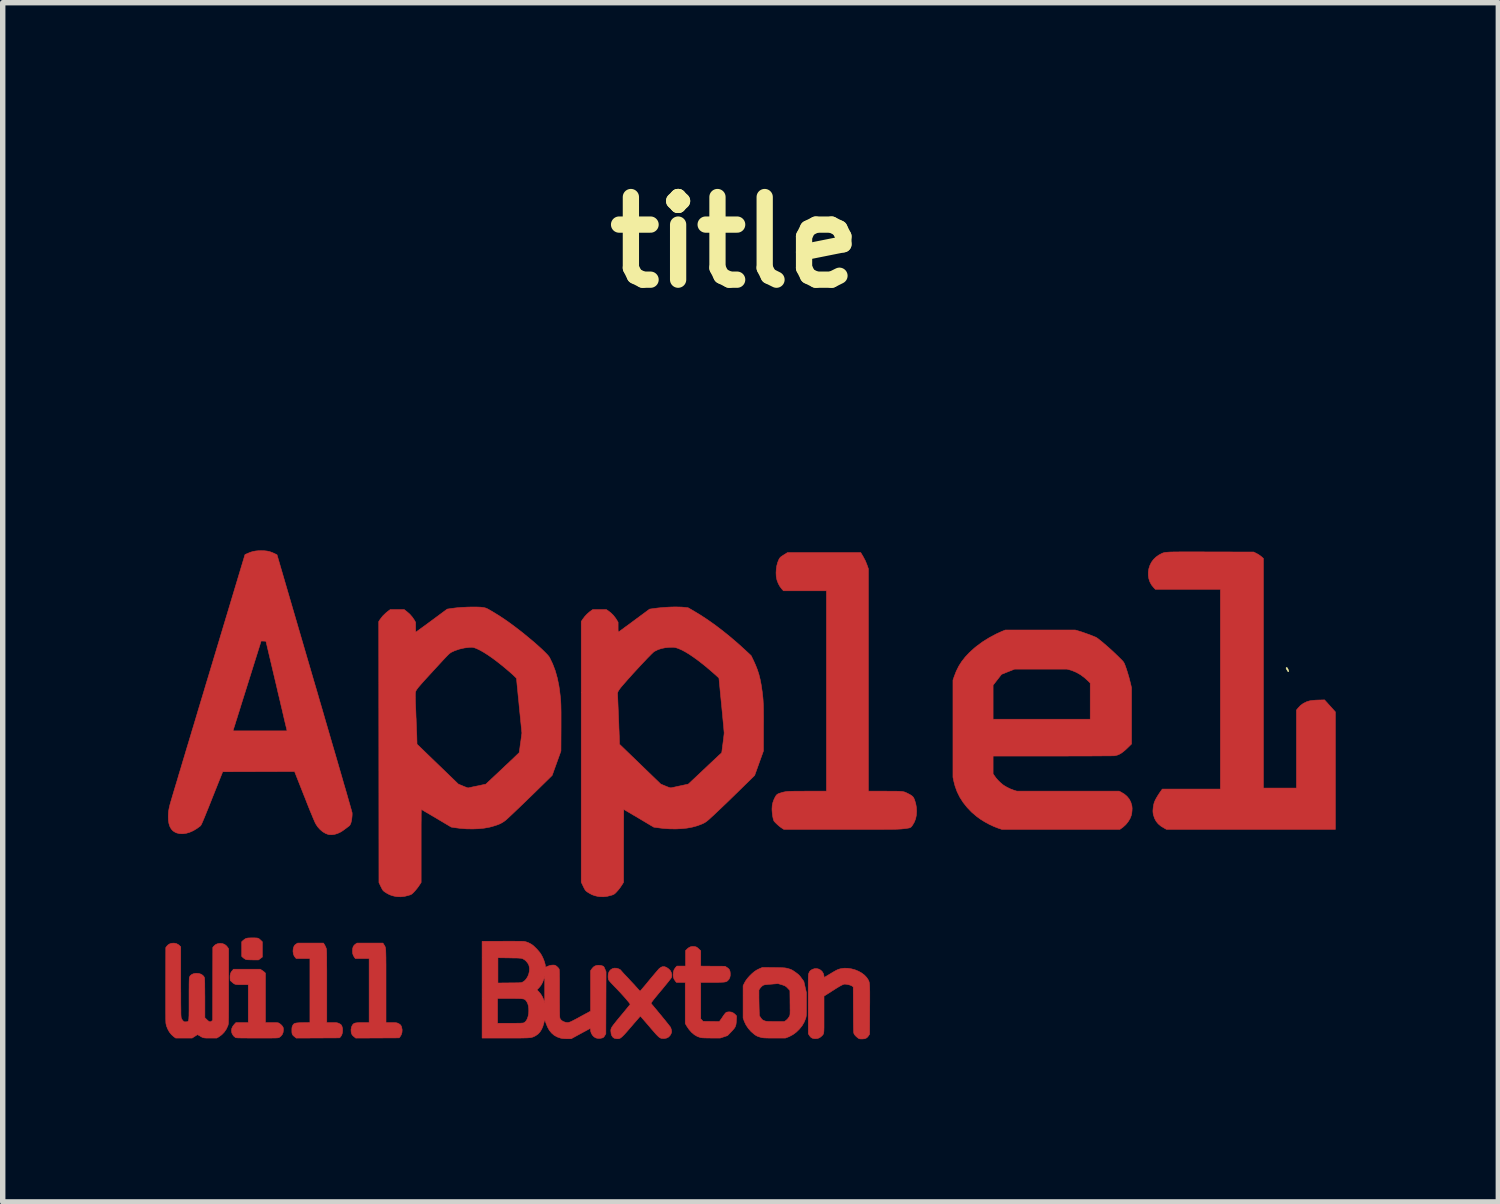
<source format=kicad_pcb>
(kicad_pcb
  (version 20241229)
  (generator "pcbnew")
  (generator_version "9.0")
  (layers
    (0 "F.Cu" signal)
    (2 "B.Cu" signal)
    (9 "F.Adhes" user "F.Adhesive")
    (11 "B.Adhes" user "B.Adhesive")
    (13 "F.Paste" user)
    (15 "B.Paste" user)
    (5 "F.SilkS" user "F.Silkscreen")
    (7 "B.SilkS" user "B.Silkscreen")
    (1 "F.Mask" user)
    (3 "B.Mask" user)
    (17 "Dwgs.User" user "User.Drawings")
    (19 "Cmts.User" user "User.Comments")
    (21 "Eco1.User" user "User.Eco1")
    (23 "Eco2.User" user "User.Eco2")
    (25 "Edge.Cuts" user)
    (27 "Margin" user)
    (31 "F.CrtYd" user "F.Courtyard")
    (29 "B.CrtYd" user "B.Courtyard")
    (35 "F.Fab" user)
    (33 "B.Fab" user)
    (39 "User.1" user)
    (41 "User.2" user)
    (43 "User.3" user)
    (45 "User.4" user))
  (footprint "title"
    (layer "F.Cu")
    (at 10.583 11.857)
    (property "Reference" "title" (at -0.076 -10.439 0) (layer "F.SilkS") (effects (font (size 1.524 1.524) (thickness 0.3))))
    (attr through_hole)
    (fp_poly (pts (xy -8.938 2.388) (xy -8.909 2.389) (xy -8.888 2.391) (xy -8.871 2.396) (xy -8.857 2.403) (xy -8.843 2.415) (xy -8.825 2.431) (xy -8.822 2.434) (xy -8.795 2.46) (xy -8.795 2.741) (xy -8.866 2.794) (xy -8.975 2.794) (xy -9.022 2.793) (xy -9.057 2.792) (xy -9.083 2.79) (xy -9.099 2.786) (xy -9.104 2.785) (xy -9.12 2.775) (xy -9.14 2.761) (xy -9.15 2.753) (xy -9.176 2.729) (xy -9.176 2.459) (xy -9.151 2.436) (xy -9.13 2.419) (xy -9.112 2.406) (xy -9.093 2.397) (xy -9.071 2.392) (xy -9.043 2.389) (xy -9.006 2.388) (xy -8.977 2.388) (xy -8.938 2.388)) (stroke (width 0.01) (type solid)) (fill yes) (layer "F.Cu"))
    (fp_poly (pts (xy -6.555 2.51) (xy -6.549 2.519) (xy -6.543 2.528) (xy -6.539 2.536) (xy -6.534 2.544) (xy -6.53 2.554) (xy -6.527 2.565) (xy -6.524 2.579) (xy -6.522 2.597) (xy -6.52 2.618) (xy -6.519 2.644) (xy -6.518 2.676) (xy -6.517 2.714) (xy -6.516 2.76) (xy -6.516 2.813) (xy -6.515 2.874) (xy -6.515 2.946) (xy -6.515 3.027) (xy -6.515 3.119) (xy -6.515 3.223) (xy -6.515 3.273) (xy -6.515 3.95) (xy -6.418 3.95) (xy -6.38 3.95) (xy -6.352 3.951) (xy -6.332 3.952) (xy -6.317 3.955) (xy -6.303 3.959) (xy -6.29 3.965) (xy -6.29 3.965) (xy -6.264 3.979) (xy -6.247 3.994) (xy -6.234 4.014) (xy -6.226 4.037) (xy -6.217 4.084) (xy -6.22 4.13) (xy -6.234 4.175) (xy -6.257 4.213) (xy -6.273 4.232) (xy -6.672 4.234) (xy -7.072 4.236) (xy -7.099 4.215) (xy -7.125 4.193) (xy -7.142 4.172) (xy -7.152 4.147) (xy -7.157 4.128) (xy -7.16 4.08) (xy -7.152 4.035) (xy -7.139 4.004) (xy -7.128 3.987) (xy -7.117 3.975) (xy -7.102 3.965) (xy -7.082 3.958) (xy -7.055 3.954) (xy -7.021 3.951) (xy -6.976 3.95) (xy -6.942 3.95) (xy -6.826 3.95) (xy -6.826 2.769) (xy -7.08 2.769) (xy -7.096 2.748) (xy -7.116 2.715) (xy -7.129 2.68) (xy -7.133 2.64) (xy -7.133 2.629) (xy -7.13 2.585) (xy -7.12 2.55) (xy -7.101 2.522) (xy -7.078 2.503) (xy -7.049 2.483) (xy -6.572 2.483) (xy -6.555 2.51)) (stroke (width 0.01) (type solid)) (fill yes) (layer "F.Cu"))
    (fp_poly (pts (xy -8.804 2.985) (xy -8.783 2.999) (xy -8.764 3.014) (xy -8.755 3.021) (xy -8.738 3.038) (xy -8.738 3.95) (xy -8.622 3.95) (xy -8.581 3.95) (xy -8.551 3.95) (xy -8.529 3.951) (xy -8.513 3.953) (xy -8.501 3.955) (xy -8.491 3.959) (xy -8.481 3.965) (xy -8.48 3.966) (xy -8.459 3.981) (xy -8.439 4) (xy -8.43 4.011) (xy -8.418 4.028) (xy -8.411 4.042) (xy -8.408 4.059) (xy -8.407 4.083) (xy -8.407 4.084) (xy -8.412 4.13) (xy -8.428 4.169) (xy -8.454 4.201) (xy -8.485 4.225) (xy -8.489 4.227) (xy -8.496 4.229) (xy -8.505 4.23) (xy -8.517 4.232) (xy -8.535 4.233) (xy -8.558 4.234) (xy -8.588 4.234) (xy -8.626 4.235) (xy -8.672 4.235) (xy -8.728 4.235) (xy -8.794 4.235) (xy -8.872 4.235) (xy -8.888 4.235) (xy -8.979 4.235) (xy -9.057 4.235) (xy -9.123 4.234) (xy -9.177 4.234) (xy -9.22 4.233) (xy -9.252 4.232) (xy -9.274 4.23) (xy -9.285 4.229) (xy -9.287 4.228) (xy -9.316 4.206) (xy -9.34 4.177) (xy -9.356 4.145) (xy -9.358 4.142) (xy -9.364 4.099) (xy -9.359 4.058) (xy -9.341 4.019) (xy -9.312 3.982) (xy -9.282 3.95) (xy -9.055 3.95) (xy -9.055 3.251) (xy -9.171 3.251) (xy -9.215 3.251) (xy -9.249 3.25) (xy -9.274 3.248) (xy -9.294 3.244) (xy -9.311 3.237) (xy -9.326 3.228) (xy -9.342 3.215) (xy -9.357 3.201) (xy -9.388 3.174) (xy -9.391 3.126) (xy -9.39 3.081) (xy -9.382 3.043) (xy -9.367 3.012) (xy -9.351 2.993) (xy -9.327 2.965) (xy -8.835 2.965) (xy -8.804 2.985)) (stroke (width 0.01) (type solid)) (fill yes) (layer "F.Cu"))
    (fp_poly (pts (xy -7.65 2.512) (xy -7.636 2.537) (xy -7.624 2.564) (xy -7.62 2.574) (xy -7.618 2.58) (xy -7.616 2.586) (xy -7.614 2.593) (xy -7.613 2.603) (xy -7.612 2.615) (xy -7.611 2.631) (xy -7.61 2.651) (xy -7.609 2.676) (xy -7.609 2.707) (xy -7.608 2.745) (xy -7.608 2.789) (xy -7.608 2.842) (xy -7.608 2.904) (xy -7.607 2.975) (xy -7.607 3.057) (xy -7.607 3.149) (xy -7.607 3.254) (xy -7.607 3.278) (xy -7.607 3.95) (xy -7.512 3.95) (xy -7.474 3.95) (xy -7.447 3.95) (xy -7.427 3.952) (xy -7.411 3.955) (xy -7.398 3.959) (xy -7.384 3.965) (xy -7.382 3.966) (xy -7.36 3.977) (xy -7.346 3.987) (xy -7.337 3.999) (xy -7.328 4.018) (xy -7.325 4.025) (xy -7.316 4.062) (xy -7.315 4.102) (xy -7.32 4.143) (xy -7.332 4.179) (xy -7.35 4.209) (xy -7.357 4.217) (xy -7.373 4.232) (xy -7.771 4.234) (xy -8.169 4.236) (xy -8.196 4.215) (xy -8.22 4.195) (xy -8.236 4.178) (xy -8.245 4.159) (xy -8.25 4.136) (xy -8.251 4.105) (xy -8.251 4.096) (xy -8.251 4.066) (xy -8.249 4.044) (xy -8.246 4.027) (xy -8.239 4.011) (xy -8.237 4.006) (xy -8.228 3.99) (xy -8.217 3.977) (xy -8.205 3.968) (xy -8.187 3.962) (xy -8.164 3.957) (xy -8.133 3.954) (xy -8.092 3.952) (xy -8.044 3.951) (xy -7.918 3.949) (xy -7.918 2.769) (xy -8.17 2.769) (xy -8.187 2.751) (xy -8.21 2.718) (xy -8.224 2.678) (xy -8.23 2.634) (xy -8.226 2.589) (xy -8.217 2.557) (xy -8.206 2.533) (xy -8.193 2.517) (xy -8.173 2.502) (xy -8.143 2.483) (xy -7.668 2.483) (xy -7.65 2.512)) (stroke (width 0.01) (type solid)) (fill yes) (layer "F.Cu"))
    (fp_poly (pts (xy 8.346 -4.73) (xy 8.441 -4.73) (xy 8.546 -4.73) (xy 8.663 -4.729) (xy 8.688 -4.729) (xy 9.485 -4.728) (xy 9.538 -4.701) (xy 9.568 -4.685) (xy 9.598 -4.665) (xy 9.623 -4.646) (xy 9.628 -4.642) (xy 9.665 -4.609) (xy 9.665 -0.375) (xy 10.274 -0.375) (xy 10.274 -1.094) (xy 10.274 -1.813) (xy 10.303 -1.849) (xy 10.35 -1.899) (xy 10.404 -1.938) (xy 10.466 -1.968) (xy 10.522 -1.984) (xy 10.548 -1.988) (xy 10.584 -1.992) (xy 10.627 -1.996) (xy 10.673 -1.998) (xy 10.681 -1.998) (xy 10.792 -2.001) (xy 10.892 -1.89) (xy 10.992 -1.779) (xy 10.992 0.387) (xy 9.435 0.387) (xy 7.877 0.387) (xy 7.837 0.365) (xy 7.776 0.328) (xy 7.726 0.286) (xy 7.688 0.24) (xy 7.659 0.187) (xy 7.639 0.128) (xy 7.634 0.11) (xy 7.63 0.083) (xy 7.628 0.06) (xy 7.628 0.034) (xy 7.631 0.003) (xy 7.631 -0.004) (xy 7.636 -0.037) (xy 7.642 -0.071) (xy 7.649 -0.099) (xy 7.652 -0.109) (xy 7.666 -0.143) (xy 7.687 -0.184) (xy 7.714 -0.23) (xy 7.744 -0.277) (xy 7.764 -0.306) (xy 7.8 -0.356) (xy 8.871 -0.356) (xy 8.871 -4.039) (xy 7.673 -4.039) (xy 7.644 -4.069) (xy 7.602 -4.12) (xy 7.572 -4.175) (xy 7.552 -4.235) (xy 7.542 -4.296) (xy 7.542 -4.359) (xy 7.552 -4.42) (xy 7.571 -4.48) (xy 7.599 -4.537) (xy 7.637 -4.589) (xy 7.683 -4.634) (xy 7.738 -4.673) (xy 7.761 -4.685) (xy 7.774 -4.692) (xy 7.785 -4.698) (xy 7.796 -4.703) (xy 7.807 -4.708) (xy 7.818 -4.712) (xy 7.831 -4.715) (xy 7.846 -4.719) (xy 7.863 -4.721) (xy 7.884 -4.723) (xy 7.91 -4.725) (xy 7.94 -4.727) (xy 7.975 -4.728) (xy 8.018 -4.729) (xy 8.066 -4.729) (xy 8.123 -4.73) (xy 8.188 -4.73) (xy 8.262 -4.73) (xy 8.346 -4.73)) (stroke (width 0.01) (type solid)) (fill yes) (layer "F.Cu"))
    (fp_poly (pts (xy -0.819 2.549) (xy -0.81 2.551) (xy -0.793 2.556) (xy -0.775 2.567) (xy -0.753 2.586) (xy -0.748 2.591) (xy -0.711 2.626) (xy -0.711 2.908) (xy -0.487 2.91) (xy -0.264 2.911) (xy -0.234 2.929) (xy -0.203 2.951) (xy -0.182 2.975) (xy -0.171 3.005) (xy -0.167 3.037) (xy -0.167 3.083) (xy -0.175 3.12) (xy -0.19 3.15) (xy -0.198 3.16) (xy -0.209 3.171) (xy -0.219 3.181) (xy -0.229 3.189) (xy -0.242 3.195) (xy -0.257 3.199) (xy -0.278 3.203) (xy -0.305 3.205) (xy -0.339 3.206) (xy -0.381 3.207) (xy -0.434 3.207) (xy -0.489 3.207) (xy -0.711 3.207) (xy -0.711 3.88) (xy -0.689 3.904) (xy -0.668 3.927) (xy -0.519 3.929) (xy -0.369 3.931) (xy -0.351 3.908) (xy -0.34 3.892) (xy -0.324 3.87) (xy -0.307 3.844) (xy -0.295 3.826) (xy -0.276 3.8) (xy -0.259 3.778) (xy -0.244 3.764) (xy -0.239 3.76) (xy -0.223 3.756) (xy -0.2 3.753) (xy -0.184 3.752) (xy -0.147 3.756) (xy -0.114 3.77) (xy -0.082 3.794) (xy -0.074 3.802) (xy -0.05 3.828) (xy -0.054 3.912) (xy -0.057 3.952) (xy -0.061 3.984) (xy -0.068 4.01) (xy -0.079 4.035) (xy -0.095 4.059) (xy -0.118 4.086) (xy -0.148 4.119) (xy -0.154 4.125) (xy -0.217 4.19) (xy -0.285 4.213) (xy -0.352 4.235) (xy -0.518 4.235) (xy -0.583 4.234) (xy -0.636 4.233) (xy -0.677 4.231) (xy -0.705 4.228) (xy -0.716 4.226) (xy -0.773 4.206) (xy -0.828 4.174) (xy -0.879 4.131) (xy -0.926 4.078) (xy -0.964 4.023) (xy -0.997 3.966) (xy -0.997 3.207) (xy -1.161 3.207) (xy -1.178 3.186) (xy -1.204 3.147) (xy -1.218 3.104) (xy -1.221 3.068) (xy -1.216 3.017) (xy -1.202 2.973) (xy -1.177 2.936) (xy -1.175 2.934) (xy -1.151 2.908) (xy -0.991 2.908) (xy -0.991 2.622) (xy -0.96 2.591) (xy -0.93 2.567) (xy -0.898 2.552) (xy -0.862 2.546) (xy -0.819 2.549)) (stroke (width 0.01) (type solid)) (fill yes) (layer "F.Cu"))
    (fp_poly (pts (xy 2.283 -4.644) (xy 2.324 -4.567) (xy 2.354 -4.493) (xy 2.381 -4.417) (xy 2.381 -0.318) (xy 2.688 -0.318) (xy 2.762 -0.317) (xy 2.824 -0.317) (xy 2.876 -0.317) (xy 2.919 -0.316) (xy 2.954 -0.315) (xy 2.983 -0.313) (xy 3.007 -0.311) (xy 3.027 -0.307) (xy 3.045 -0.303) (xy 3.061 -0.297) (xy 3.077 -0.29) (xy 3.095 -0.281) (xy 3.111 -0.273) (xy 3.148 -0.254) (xy 3.175 -0.237) (xy 3.195 -0.221) (xy 3.21 -0.204) (xy 3.221 -0.183) (xy 3.231 -0.161) (xy 3.253 -0.09) (xy 3.266 -0.018) (xy 3.27 0.054) (xy 3.265 0.124) (xy 3.252 0.19) (xy 3.229 0.25) (xy 3.207 0.289) (xy 3.192 0.313) (xy 3.179 0.331) (xy 3.167 0.344) (xy 3.153 0.353) (xy 3.136 0.36) (xy 3.113 0.364) (xy 3.082 0.369) (xy 3.042 0.374) (xy 3.027 0.376) (xy 3.013 0.377) (xy 2.999 0.379) (xy 2.985 0.38) (xy 2.968 0.381) (xy 2.95 0.382) (xy 2.93 0.383) (xy 2.906 0.384) (xy 2.878 0.385) (xy 2.846 0.385) (xy 2.808 0.386) (xy 2.765 0.386) (xy 2.716 0.386) (xy 2.659 0.387) (xy 2.595 0.387) (xy 2.522 0.387) (xy 2.441 0.387) (xy 2.35 0.387) (xy 2.249 0.387) (xy 2.137 0.387) (xy 2.013 0.387) (xy 1.878 0.387) (xy 1.876 0.387) (xy 0.821 0.387) (xy 0.781 0.361) (xy 0.756 0.343) (xy 0.727 0.32) (xy 0.698 0.294) (xy 0.671 0.268) (xy 0.649 0.245) (xy 0.64 0.234) (xy 0.633 0.217) (xy 0.625 0.191) (xy 0.618 0.157) (xy 0.612 0.118) (xy 0.607 0.078) (xy 0.604 0.039) (xy 0.603 0.01) (xy 0.607 -0.052) (xy 0.619 -0.109) (xy 0.64 -0.166) (xy 0.656 -0.199) (xy 0.672 -0.228) (xy 0.687 -0.248) (xy 0.706 -0.263) (xy 0.73 -0.275) (xy 0.762 -0.285) (xy 0.784 -0.292) (xy 0.805 -0.298) (xy 0.824 -0.302) (xy 0.843 -0.306) (xy 0.864 -0.31) (xy 0.888 -0.312) (xy 0.916 -0.314) (xy 0.949 -0.315) (xy 0.988 -0.316) (xy 1.035 -0.317) (xy 1.091 -0.317) (xy 1.157 -0.317) (xy 1.234 -0.318) (xy 1.607 -0.318) (xy 1.607 -4.013) (xy 0.814 -4.013) (xy 0.783 -4.047) (xy 0.749 -4.092) (xy 0.72 -4.144) (xy 0.698 -4.2) (xy 0.692 -4.221) (xy 0.681 -4.28) (xy 0.678 -4.345) (xy 0.682 -4.412) (xy 0.692 -4.478) (xy 0.709 -4.539) (xy 0.731 -4.592) (xy 0.731 -4.592) (xy 0.741 -4.609) (xy 0.751 -4.623) (xy 0.762 -4.635) (xy 0.779 -4.647) (xy 0.802 -4.663) (xy 0.821 -4.675) (xy 0.89 -4.718) (xy 2.239 -4.718) (xy 2.283 -4.644)) (stroke (width 0.01) (type solid)) (fill yes) (layer "F.Cu"))
    (fp_poly (pts (xy 2.006 2.949) (xy 2.073 2.96) (xy 2.138 2.978) (xy 2.2 3.004) (xy 2.257 3.036) (xy 2.307 3.074) (xy 2.348 3.117) (xy 2.37 3.15) (xy 2.377 3.161) (xy 2.383 3.172) (xy 2.388 3.183) (xy 2.392 3.195) (xy 2.396 3.209) (xy 2.399 3.226) (xy 2.401 3.247) (xy 2.403 3.272) (xy 2.404 3.303) (xy 2.405 3.341) (xy 2.406 3.386) (xy 2.406 3.44) (xy 2.406 3.503) (xy 2.406 3.576) (xy 2.405 3.661) (xy 2.405 3.706) (xy 2.403 4.162) (xy 2.386 4.189) (xy 2.364 4.218) (xy 2.339 4.237) (xy 2.31 4.248) (xy 2.278 4.251) (xy 2.253 4.252) (xy 2.231 4.251) (xy 2.216 4.249) (xy 2.216 4.249) (xy 2.198 4.241) (xy 2.177 4.225) (xy 2.154 4.205) (xy 2.134 4.184) (xy 2.12 4.165) (xy 2.119 4.162) (xy 2.116 4.157) (xy 2.114 4.152) (xy 2.112 4.145) (xy 2.11 4.136) (xy 2.109 4.124) (xy 2.107 4.107) (xy 2.107 4.086) (xy 2.106 4.058) (xy 2.105 4.024) (xy 2.105 3.981) (xy 2.104 3.93) (xy 2.104 3.869) (xy 2.104 3.797) (xy 2.103 3.714) (xy 2.101 3.291) (xy 2.075 3.273) (xy 2.054 3.263) (xy 2.026 3.254) (xy 1.995 3.247) (xy 1.965 3.242) (xy 1.94 3.241) (xy 1.931 3.243) (xy 1.915 3.248) (xy 1.895 3.257) (xy 1.869 3.27) (xy 1.836 3.289) (xy 1.796 3.313) (xy 1.747 3.344) (xy 1.702 3.373) (xy 1.562 3.462) (xy 1.562 3.803) (xy 1.562 3.878) (xy 1.562 3.942) (xy 1.562 3.995) (xy 1.562 4.039) (xy 1.561 4.075) (xy 1.56 4.103) (xy 1.558 4.125) (xy 1.555 4.143) (xy 1.551 4.156) (xy 1.547 4.166) (xy 1.541 4.175) (xy 1.534 4.183) (xy 1.525 4.192) (xy 1.515 4.202) (xy 1.482 4.228) (xy 1.444 4.243) (xy 1.4 4.247) (xy 1.39 4.246) (xy 1.353 4.24) (xy 1.325 4.226) (xy 1.303 4.202) (xy 1.293 4.188) (xy 1.273 4.156) (xy 1.271 3.616) (xy 1.271 3.52) (xy 1.271 3.436) (xy 1.271 3.362) (xy 1.271 3.299) (xy 1.271 3.245) (xy 1.271 3.2) (xy 1.272 3.162) (xy 1.272 3.131) (xy 1.273 3.107) (xy 1.274 3.087) (xy 1.275 3.072) (xy 1.276 3.061) (xy 1.278 3.052) (xy 1.28 3.045) (xy 1.28 3.045) (xy 1.293 3.014) (xy 1.311 2.992) (xy 1.337 2.974) (xy 1.349 2.968) (xy 1.389 2.955) (xy 1.429 2.954) (xy 1.467 2.964) (xy 1.501 2.983) (xy 1.529 3.01) (xy 1.55 3.045) (xy 1.561 3.086) (xy 1.561 3.087) (xy 1.565 3.118) (xy 1.667 3.057) (xy 1.711 3.03) (xy 1.747 3.009) (xy 1.775 2.993) (xy 1.798 2.981) (xy 1.818 2.972) (xy 1.835 2.966) (xy 1.852 2.961) (xy 1.871 2.956) (xy 1.876 2.955) (xy 1.94 2.947) (xy 2.006 2.949)) (stroke (width 0.01) (type solid)) (fill yes) (layer "F.Cu"))
    (fp_poly (pts (xy 5.55 -3.289) (xy 6.196 -3.289) (xy 6.278 -3.265) (xy 6.316 -3.253) (xy 6.362 -3.237) (xy 6.412 -3.219) (xy 6.463 -3.201) (xy 6.511 -3.182) (xy 6.553 -3.165) (xy 6.575 -3.156) (xy 6.592 -3.146) (xy 6.616 -3.129) (xy 6.647 -3.104) (xy 6.684 -3.075) (xy 6.725 -3.04) (xy 6.769 -3.002) (xy 6.816 -2.961) (xy 6.863 -2.919) (xy 6.909 -2.876) (xy 6.954 -2.833) (xy 6.996 -2.792) (xy 7.021 -2.767) (xy 7.048 -2.74) (xy 7.068 -2.72) (xy 7.082 -2.703) (xy 7.092 -2.688) (xy 7.101 -2.671) (xy 7.109 -2.651) (xy 7.118 -2.628) (xy 7.134 -2.583) (xy 7.152 -2.528) (xy 7.17 -2.469) (xy 7.188 -2.408) (xy 7.203 -2.349) (xy 7.216 -2.297) (xy 7.217 -2.294) (xy 7.233 -2.223) (xy 7.233 -1.188) (xy 7.171 -1.127) (xy 7.124 -1.082) (xy 7.081 -1.046) (xy 7.043 -1.018) (xy 7.006 -0.997) (xy 6.969 -0.982) (xy 6.93 -0.973) (xy 6.921 -0.971) (xy 6.911 -0.97) (xy 6.889 -0.97) (xy 6.855 -0.969) (xy 6.81 -0.969) (xy 6.755 -0.968) (xy 6.69 -0.968) (xy 6.616 -0.967) (xy 6.534 -0.967) (xy 6.443 -0.966) (xy 6.345 -0.966) (xy 6.241 -0.966) (xy 6.13 -0.966) (xy 6.013 -0.965) (xy 5.892 -0.965) (xy 5.783 -0.965) (xy 4.68 -0.965) (xy 4.68 -0.638) (xy 4.71 -0.594) (xy 4.737 -0.557) (xy 4.772 -0.517) (xy 4.811 -0.479) (xy 4.849 -0.446) (xy 4.875 -0.426) (xy 4.934 -0.391) (xy 4.999 -0.359) (xy 5.063 -0.335) (xy 5.066 -0.334) (xy 5.119 -0.318) (xy 7.004 -0.318) (xy 7.038 -0.301) (xy 7.1 -0.264) (xy 7.15 -0.221) (xy 7.19 -0.172) (xy 7.219 -0.117) (xy 7.238 -0.054) (xy 7.24 -0.041) (xy 7.244 -0.002) (xy 7.242 0.044) (xy 7.237 0.089) (xy 7.229 0.128) (xy 7.206 0.186) (xy 7.172 0.243) (xy 7.129 0.297) (xy 7.079 0.343) (xy 7.058 0.359) (xy 7.018 0.387) (xy 5.93 0.387) (xy 4.842 0.387) (xy 4.775 0.365) (xy 4.695 0.334) (xy 4.611 0.295) (xy 4.527 0.249) (xy 4.448 0.2) (xy 4.379 0.15) (xy 4.284 0.069) (xy 4.201 -0.018) (xy 4.128 -0.11) (xy 4.066 -0.207) (xy 4.016 -0.308) (xy 3.978 -0.413) (xy 3.955 -0.503) (xy 3.94 -0.575) (xy 3.94 -2.271) (xy 4.68 -2.271) (xy 4.68 -1.645) (xy 6.471 -1.645) (xy 6.471 -2.311) (xy 6.427 -2.355) (xy 6.361 -2.414) (xy 6.29 -2.466) (xy 6.214 -2.509) (xy 6.138 -2.541) (xy 6.103 -2.552) (xy 6.042 -2.568) (xy 5.077 -2.568) (xy 4.956 -2.52) (xy 4.836 -2.472) (xy 4.758 -2.372) (xy 4.68 -2.271) (xy 3.94 -2.271) (xy 3.94 -2.365) (xy 3.962 -2.429) (xy 4 -2.528) (xy 4.046 -2.621) (xy 4.102 -2.709) (xy 4.167 -2.792) (xy 4.243 -2.873) (xy 4.33 -2.952) (xy 4.371 -2.986) (xy 4.486 -3.071) (xy 4.61 -3.148) (xy 4.739 -3.217) (xy 4.842 -3.264) (xy 4.904 -3.289) (xy 5.55 -3.289)) (stroke (width 0.01) (type solid)) (fill yes) (layer "F.Cu"))
    (fp_poly (pts (xy 0.634 2.935) (xy 0.691 2.936) (xy 0.737 2.937) (xy 0.774 2.938) (xy 0.803 2.939) (xy 0.826 2.94) (xy 0.845 2.942) (xy 0.861 2.945) (xy 0.877 2.948) (xy 0.893 2.952) (xy 0.903 2.955) (xy 0.93 2.963) (xy 0.952 2.971) (xy 0.973 2.981) (xy 0.996 2.995) (xy 1.024 3.014) (xy 1.034 3.021) (xy 1.065 3.044) (xy 1.089 3.063) (xy 1.108 3.082) (xy 1.127 3.104) (xy 1.146 3.13) (xy 1.19 3.19) (xy 1.214 3.295) (xy 1.238 3.4) (xy 1.238 3.614) (xy 1.238 3.672) (xy 1.238 3.72) (xy 1.238 3.757) (xy 1.237 3.787) (xy 1.236 3.81) (xy 1.234 3.828) (xy 1.232 3.842) (xy 1.229 3.855) (xy 1.226 3.867) (xy 1.225 3.871) (xy 1.197 3.941) (xy 1.158 4.008) (xy 1.109 4.069) (xy 1.053 4.124) (xy 0.99 4.171) (xy 0.923 4.207) (xy 0.901 4.216) (xy 0.851 4.235) (xy 0.646 4.235) (xy 0.589 4.235) (xy 0.543 4.235) (xy 0.507 4.234) (xy 0.478 4.233) (xy 0.455 4.232) (xy 0.437 4.23) (xy 0.422 4.228) (xy 0.408 4.225) (xy 0.393 4.221) (xy 0.391 4.22) (xy 0.359 4.211) (xy 0.335 4.202) (xy 0.315 4.192) (xy 0.294 4.179) (xy 0.276 4.166) (xy 0.217 4.115) (xy 0.165 4.056) (xy 0.123 3.993) (xy 0.091 3.925) (xy 0.09 3.921) (xy 0.07 3.866) (xy 0.07 3.348) (xy 0.362 3.348) (xy 0.362 3.457) (xy 0.362 3.5) (xy 0.363 3.552) (xy 0.364 3.607) (xy 0.365 3.66) (xy 0.366 3.694) (xy 0.37 3.822) (xy 0.396 3.862) (xy 0.412 3.883) (xy 0.425 3.897) (xy 0.44 3.907) (xy 0.46 3.915) (xy 0.473 3.92) (xy 0.484 3.923) (xy 0.498 3.926) (xy 0.514 3.927) (xy 0.536 3.929) (xy 0.564 3.929) (xy 0.601 3.93) (xy 0.648 3.93) (xy 0.664 3.93) (xy 0.83 3.931) (xy 0.861 3.91) (xy 0.887 3.887) (xy 0.91 3.857) (xy 0.914 3.852) (xy 0.919 3.843) (xy 0.924 3.835) (xy 0.928 3.828) (xy 0.931 3.82) (xy 0.933 3.81) (xy 0.935 3.797) (xy 0.936 3.779) (xy 0.936 3.755) (xy 0.937 3.724) (xy 0.936 3.685) (xy 0.936 3.637) (xy 0.935 3.578) (xy 0.935 3.535) (xy 0.933 3.358) (xy 0.897 3.32) (xy 0.877 3.299) (xy 0.859 3.284) (xy 0.842 3.273) (xy 0.82 3.264) (xy 0.792 3.254) (xy 0.771 3.248) (xy 0.714 3.231) (xy 0.584 3.242) (xy 0.54 3.245) (xy 0.507 3.249) (xy 0.482 3.251) (xy 0.464 3.254) (xy 0.451 3.258) (xy 0.441 3.262) (xy 0.432 3.267) (xy 0.429 3.269) (xy 0.41 3.285) (xy 0.391 3.306) (xy 0.383 3.317) (xy 0.362 3.348) (xy 0.07 3.348) (xy 0.07 3.27) (xy 0.09 3.23) (xy 0.111 3.19) (xy 0.134 3.156) (xy 0.161 3.122) (xy 0.193 3.087) (xy 0.238 3.043) (xy 0.28 3.008) (xy 0.321 2.981) (xy 0.365 2.959) (xy 0.37 2.957) (xy 0.426 2.933) (xy 0.634 2.935)) (stroke (width 0.01) (type solid)) (fill yes) (layer "F.Cu"))
    (fp_poly (pts (xy -10.383 2.492) (xy -10.347 2.51) (xy -10.325 2.528) (xy -10.3 2.553) (xy -10.3 3.187) (xy -10.3 3.307) (xy -10.299 3.415) (xy -10.299 3.51) (xy -10.299 3.593) (xy -10.298 3.665) (xy -10.297 3.724) (xy -10.297 3.773) (xy -10.296 3.81) (xy -10.294 3.836) (xy -10.293 3.852) (xy -10.293 3.855) (xy -10.282 3.885) (xy -10.263 3.911) (xy -10.261 3.913) (xy -10.246 3.928) (xy -10.235 3.935) (xy -10.222 3.937) (xy -10.203 3.935) (xy -10.192 3.935) (xy -10.182 3.934) (xy -10.174 3.932) (xy -10.167 3.929) (xy -10.162 3.923) (xy -10.157 3.913) (xy -10.154 3.899) (xy -10.151 3.879) (xy -10.15 3.853) (xy -10.148 3.819) (xy -10.148 3.778) (xy -10.147 3.727) (xy -10.147 3.666) (xy -10.147 3.594) (xy -10.147 3.522) (xy -10.147 3.441) (xy -10.147 3.368) (xy -10.146 3.302) (xy -10.146 3.245) (xy -10.145 3.198) (xy -10.144 3.16) (xy -10.143 3.134) (xy -10.141 3.119) (xy -10.141 3.117) (xy -10.127 3.088) (xy -10.102 3.066) (xy -10.069 3.05) (xy -10.028 3.042) (xy -10.008 3.041) (xy -9.964 3.045) (xy -9.926 3.057) (xy -9.895 3.077) (xy -9.872 3.102) (xy -9.861 3.128) (xy -9.86 3.139) (xy -9.859 3.161) (xy -9.858 3.194) (xy -9.857 3.235) (xy -9.857 3.285) (xy -9.856 3.34) (xy -9.856 3.401) (xy -9.855 3.466) (xy -9.855 3.506) (xy -9.855 3.86) (xy -9.816 3.898) (xy -9.792 3.92) (xy -9.773 3.932) (xy -9.758 3.936) (xy -9.743 3.931) (xy -9.73 3.922) (xy -9.712 3.906) (xy -9.709 2.564) (xy -9.693 2.544) (xy -9.665 2.517) (xy -9.629 2.498) (xy -9.587 2.49) (xy -9.573 2.489) (xy -9.527 2.494) (xy -9.488 2.51) (xy -9.456 2.536) (xy -9.432 2.566) (xy -9.417 2.591) (xy -9.417 3.279) (xy -9.417 3.387) (xy -9.417 3.484) (xy -9.417 3.569) (xy -9.417 3.644) (xy -9.417 3.709) (xy -9.418 3.765) (xy -9.418 3.813) (xy -9.418 3.853) (xy -9.419 3.886) (xy -9.42 3.914) (xy -9.42 3.936) (xy -9.421 3.954) (xy -9.422 3.968) (xy -9.424 3.979) (xy -9.425 3.987) (xy -9.427 3.994) (xy -9.429 4) (xy -9.429 4.003) (xy -9.458 4.067) (xy -9.497 4.125) (xy -9.544 4.174) (xy -9.598 4.213) (xy -9.635 4.235) (xy -9.755 4.235) (xy -9.798 4.235) (xy -9.832 4.235) (xy -9.858 4.233) (xy -9.878 4.23) (xy -9.895 4.225) (xy -9.912 4.217) (xy -9.931 4.207) (xy -9.949 4.195) (xy -9.969 4.184) (xy -9.984 4.176) (xy -9.993 4.173) (xy -9.993 4.173) (xy -10 4.177) (xy -10.015 4.187) (xy -10.035 4.2) (xy -10.044 4.205) (xy -10.089 4.235) (xy -10.394 4.235) (xy -10.431 4.208) (xy -10.473 4.17) (xy -10.511 4.122) (xy -10.541 4.067) (xy -10.564 4.009) (xy -10.572 3.972) (xy -10.574 3.961) (xy -10.575 3.942) (xy -10.576 3.914) (xy -10.577 3.877) (xy -10.577 3.83) (xy -10.578 3.774) (xy -10.578 3.707) (xy -10.578 3.629) (xy -10.578 3.54) (xy -10.578 3.44) (xy -10.578 3.328) (xy -10.578 3.251) (xy -10.576 2.567) (xy -10.558 2.542) (xy -10.532 2.515) (xy -10.499 2.496) (xy -10.461 2.486) (xy -10.422 2.485) (xy -10.383 2.492)) (stroke (width 0.01) (type solid)) (fill yes) (layer "F.Cu"))
    (fp_poly (pts (xy -8.758 -4.751) (xy -8.705 -4.745) (xy -8.657 -4.734) (xy -8.61 -4.717) (xy -8.573 -4.7) (xy -8.525 -4.677) (xy -7.835 -2.315) (xy -7.785 -2.146) (xy -7.737 -1.979) (xy -7.689 -1.817) (xy -7.643 -1.657) (xy -7.598 -1.503) (xy -7.554 -1.352) (xy -7.512 -1.207) (xy -7.471 -1.068) (xy -7.432 -0.934) (xy -7.395 -0.807) (xy -7.36 -0.686) (xy -7.327 -0.573) (xy -7.297 -0.467) (xy -7.268 -0.369) (xy -7.242 -0.28) (xy -7.219 -0.199) (xy -7.199 -0.128) (xy -7.181 -0.067) (xy -7.167 -0.016) (xy -7.155 0.025) (xy -7.147 0.055) (xy -7.142 0.073) (xy -7.14 0.079) (xy -7.139 0.107) (xy -7.141 0.144) (xy -7.145 0.183) (xy -7.151 0.223) (xy -7.159 0.257) (xy -7.163 0.272) (xy -7.173 0.294) (xy -7.183 0.312) (xy -7.19 0.32) (xy -7.218 0.341) (xy -7.249 0.365) (xy -7.282 0.389) (xy -7.312 0.411) (xy -7.338 0.428) (xy -7.354 0.437) (xy -7.407 0.462) (xy -7.462 0.479) (xy -7.515 0.486) (xy -7.563 0.484) (xy -7.579 0.481) (xy -7.631 0.461) (xy -7.683 0.43) (xy -7.731 0.389) (xy -7.775 0.34) (xy -7.807 0.291) (xy -7.816 0.275) (xy -7.828 0.25) (xy -7.843 0.215) (xy -7.862 0.171) (xy -7.884 0.117) (xy -7.911 0.053) (xy -7.941 -0.021) (xy -7.975 -0.107) (xy -8.013 -0.205) (xy -8.02 -0.221) (xy -8.201 -0.68) (xy -8.863 -0.678) (xy -9.526 -0.676) (xy -9.722 -0.185) (xy -9.758 -0.094) (xy -9.79 -0.014) (xy -9.818 0.055) (xy -9.842 0.114) (xy -9.862 0.164) (xy -9.88 0.206) (xy -9.894 0.24) (xy -9.906 0.267) (xy -9.916 0.288) (xy -9.924 0.304) (xy -9.93 0.314) (xy -9.934 0.32) (xy -9.936 0.322) (xy -10.002 0.371) (xy -10.068 0.411) (xy -10.134 0.44) (xy -10.198 0.459) (xy -10.26 0.468) (xy -10.319 0.466) (xy -10.374 0.453) (xy -10.402 0.441) (xy -10.444 0.414) (xy -10.476 0.378) (xy -10.501 0.333) (xy -10.518 0.279) (xy -10.528 0.215) (xy -10.53 0.159) (xy -10.529 0.114) (xy -10.527 0.075) (xy -10.522 0.037) (xy -10.514 -0.005) (xy -10.503 -0.054) (xy -10.502 -0.057) (xy -10.5 -0.067) (xy -10.493 -0.089) (xy -10.484 -0.122) (xy -10.471 -0.166) (xy -10.455 -0.22) (xy -10.436 -0.284) (xy -10.414 -0.358) (xy -10.389 -0.441) (xy -10.361 -0.533) (xy -10.332 -0.633) (xy -10.299 -0.74) (xy -10.265 -0.856) (xy -10.228 -0.978) (xy -10.19 -1.106) (xy -10.149 -1.241) (xy -10.107 -1.381) (xy -10.093 -1.429) (xy -9.336 -1.429) (xy -8.339 -1.429) (xy -8.354 -1.494) (xy -8.358 -1.508) (xy -8.364 -1.534) (xy -8.373 -1.571) (xy -8.384 -1.617) (xy -8.397 -1.673) (xy -8.412 -1.737) (xy -8.428 -1.808) (xy -8.447 -1.886) (xy -8.466 -1.969) (xy -8.487 -2.057) (xy -8.509 -2.149) (xy -8.531 -2.245) (xy -8.549 -2.321) (xy -8.729 -3.083) (xy -8.773 -3.085) (xy -8.817 -3.087) (xy -9.073 -2.271) (xy -9.104 -2.172) (xy -9.134 -2.077) (xy -9.163 -1.985) (xy -9.19 -1.899) (xy -9.215 -1.817) (xy -9.239 -1.742) (xy -9.26 -1.673) (xy -9.28 -1.612) (xy -9.296 -1.559) (xy -9.31 -1.515) (xy -9.321 -1.481) (xy -9.328 -1.457) (xy -9.332 -1.444) (xy -9.333 -1.442) (xy -9.336 -1.429) (xy -10.093 -1.429) (xy -10.063 -1.527) (xy -10.018 -1.677) (xy -9.972 -1.832) (xy -9.924 -1.991) (xy -9.875 -2.153) (xy -9.826 -2.318) (xy -9.802 -2.396) (xy -9.115 -4.681) (xy -9.066 -4.702) (xy -9.016 -4.723) (xy -8.97 -4.737) (xy -8.923 -4.746) (xy -8.872 -4.751) (xy -8.82 -4.752) (xy -8.758 -4.751)) (stroke (width 0.01) (type solid)) (fill yes) (layer "F.Cu"))
    (fp_poly (pts (xy -1.379 2.919) (xy -1.374 2.92) (xy -1.338 2.935) (xy -1.304 2.959) (xy -1.276 2.987) (xy -1.267 2.999) (xy -1.253 3.03) (xy -1.246 3.064) (xy -1.245 3.096) (xy -1.253 3.123) (xy -1.253 3.123) (xy -1.259 3.132) (xy -1.272 3.149) (xy -1.292 3.174) (xy -1.317 3.206) (xy -1.347 3.243) (xy -1.381 3.284) (xy -1.417 3.329) (xy -1.448 3.365) (xy -1.492 3.418) (xy -1.528 3.462) (xy -1.558 3.498) (xy -1.581 3.527) (xy -1.599 3.55) (xy -1.611 3.567) (xy -1.62 3.579) (xy -1.624 3.588) (xy -1.626 3.594) (xy -1.625 3.598) (xy -1.625 3.599) (xy -1.619 3.606) (xy -1.606 3.622) (xy -1.586 3.645) (xy -1.562 3.675) (xy -1.532 3.71) (xy -1.499 3.75) (xy -1.464 3.793) (xy -1.444 3.816) (xy -1.408 3.861) (xy -1.373 3.903) (xy -1.342 3.942) (xy -1.315 3.976) (xy -1.293 4.004) (xy -1.276 4.025) (xy -1.267 4.039) (xy -1.265 4.042) (xy -1.253 4.08) (xy -1.248 4.112) (xy -1.252 4.14) (xy -1.265 4.169) (xy -1.278 4.189) (xy -1.305 4.217) (xy -1.339 4.235) (xy -1.38 4.243) (xy -1.396 4.244) (xy -1.413 4.243) (xy -1.429 4.242) (xy -1.443 4.239) (xy -1.457 4.233) (xy -1.472 4.224) (xy -1.489 4.211) (xy -1.508 4.192) (xy -1.532 4.168) (xy -1.56 4.136) (xy -1.594 4.097) (xy -1.635 4.05) (xy -1.658 4.022) (xy -1.825 3.829) (xy -1.842 3.85) (xy -1.85 3.859) (xy -1.866 3.877) (xy -1.887 3.902) (xy -1.914 3.933) (xy -1.945 3.968) (xy -1.978 4.007) (xy -2.011 4.045) (xy -2.054 4.095) (xy -2.09 4.136) (xy -2.12 4.169) (xy -2.145 4.194) (xy -2.166 4.214) (xy -2.183 4.228) (xy -2.198 4.238) (xy -2.213 4.244) (xy -2.227 4.247) (xy -2.242 4.248) (xy -2.251 4.248) (xy -2.276 4.245) (xy -2.301 4.239) (xy -2.309 4.236) (xy -2.333 4.218) (xy -2.352 4.19) (xy -2.364 4.153) (xy -2.367 4.123) (xy -2.369 4.106) (xy -2.369 4.091) (xy -2.368 4.078) (xy -2.364 4.064) (xy -2.358 4.049) (xy -2.349 4.032) (xy -2.335 4.012) (xy -2.317 3.987) (xy -2.293 3.957) (xy -2.263 3.919) (xy -2.226 3.874) (xy -2.193 3.834) (xy -2.156 3.79) (xy -2.122 3.749) (xy -2.091 3.711) (xy -2.064 3.678) (xy -2.043 3.652) (xy -2.027 3.633) (xy -2.017 3.621) (xy -2.015 3.619) (xy -2.014 3.615) (xy -2.015 3.608) (xy -2.02 3.598) (xy -2.031 3.583) (xy -2.048 3.562) (xy -2.072 3.534) (xy -2.091 3.511) (xy -2.121 3.477) (xy -2.157 3.437) (xy -2.196 3.394) (xy -2.237 3.351) (xy -2.276 3.31) (xy -2.291 3.295) (xy -2.332 3.252) (xy -2.364 3.218) (xy -2.388 3.191) (xy -2.404 3.171) (xy -2.412 3.158) (xy -2.413 3.155) (xy -2.418 3.128) (xy -2.419 3.096) (xy -2.417 3.063) (xy -2.413 3.041) (xy -2.397 3.004) (xy -2.372 2.975) (xy -2.341 2.956) (xy -2.305 2.946) (xy -2.266 2.947) (xy -2.225 2.959) (xy -2.219 2.962) (xy -2.201 2.972) (xy -2.188 2.98) (xy -2.184 2.985) (xy -2.18 2.991) (xy -2.168 3.005) (xy -2.15 3.025) (xy -2.127 3.051) (xy -2.099 3.08) (xy -2.077 3.103) (xy -2.042 3.14) (xy -2.006 3.18) (xy -1.969 3.219) (xy -1.936 3.254) (xy -1.909 3.285) (xy -1.902 3.292) (xy -1.879 3.318) (xy -1.858 3.341) (xy -1.842 3.358) (xy -1.832 3.368) (xy -1.83 3.37) (xy -1.825 3.365) (xy -1.813 3.352) (xy -1.795 3.331) (xy -1.771 3.303) (xy -1.743 3.27) (xy -1.711 3.232) (xy -1.677 3.19) (xy -1.664 3.174) (xy -1.627 3.13) (xy -1.592 3.088) (xy -1.56 3.05) (xy -1.531 3.016) (xy -1.507 2.988) (xy -1.489 2.967) (xy -1.477 2.954) (xy -1.475 2.953) (xy -1.443 2.929) (xy -1.411 2.918) (xy -1.379 2.919)) (stroke (width 0.01) (type solid)) (fill yes) (layer "F.Cu"))
    (fp_poly (pts (xy -1.119 -3.714) (xy -1.058 -3.712) (xy -1.018 -3.708) (xy -0.944 -3.7) (xy -0.845 -3.643) (xy -0.716 -3.565) (xy -0.582 -3.477) (xy -0.445 -3.38) (xy -0.306 -3.274) (xy -0.165 -3.16) (xy -0.025 -3.04) (xy 0.101 -2.926) (xy 0.218 -2.817) (xy 0.261 -2.729) (xy 0.3 -2.642) (xy 0.334 -2.556) (xy 0.362 -2.469) (xy 0.385 -2.376) (xy 0.404 -2.277) (xy 0.42 -2.168) (xy 0.422 -2.156) (xy 0.427 -2.115) (xy 0.431 -2.077) (xy 0.435 -2.042) (xy 0.438 -2.007) (xy 0.44 -1.973) (xy 0.442 -1.937) (xy 0.444 -1.898) (xy 0.445 -1.855) (xy 0.446 -1.806) (xy 0.446 -1.751) (xy 0.447 -1.688) (xy 0.447 -1.615) (xy 0.446 -1.531) (xy 0.446 -1.483) (xy 0.445 -1.059) (xy 0.283 -0.608) (xy 0.013 -0.344) (xy -0.075 -0.258) (xy -0.155 -0.18) (xy -0.228 -0.109) (xy -0.295 -0.045) (xy -0.358 0.015) (xy -0.417 0.071) (xy -0.473 0.124) (xy -0.528 0.174) (xy -0.547 0.192) (xy -0.579 0.22) (xy -0.608 0.243) (xy -0.637 0.262) (xy -0.669 0.279) (xy -0.707 0.295) (xy -0.753 0.312) (xy -0.778 0.321) (xy -0.865 0.345) (xy -0.961 0.363) (xy -1.065 0.374) (xy -1.175 0.379) (xy -1.288 0.377) (xy -1.403 0.369) (xy -1.476 0.36) (xy -1.578 0.346) (xy -1.853 0.182) (xy -1.906 0.15) (xy -1.957 0.121) (xy -2.003 0.093) (xy -2.043 0.07) (xy -2.077 0.05) (xy -2.104 0.034) (xy -2.122 0.024) (xy -2.13 0.019) (xy -2.13 0.019) (xy -2.131 0.025) (xy -2.131 0.043) (xy -2.132 0.072) (xy -2.132 0.112) (xy -2.132 0.161) (xy -2.133 0.218) (xy -2.133 0.283) (xy -2.133 0.355) (xy -2.133 0.433) (xy -2.133 0.516) (xy -2.134 0.604) (xy -2.134 0.69) (xy -2.134 1.362) (xy -2.157 1.4) (xy -2.194 1.456) (xy -2.232 1.505) (xy -2.268 1.545) (xy -2.289 1.566) (xy -2.306 1.58) (xy -2.323 1.589) (xy -2.346 1.598) (xy -2.359 1.602) (xy -2.437 1.622) (xy -2.509 1.63) (xy -2.58 1.627) (xy -2.613 1.622) (xy -2.667 1.609) (xy -2.717 1.591) (xy -2.765 1.565) (xy -2.803 1.541) (xy -2.819 1.529) (xy -2.831 1.519) (xy -2.841 1.506) (xy -2.851 1.49) (xy -2.864 1.466) (xy -2.878 1.437) (xy -2.915 1.36) (xy -2.915 -2.137) (xy -2.246 -2.137) (xy -2.228 -1.702) (xy -2.225 -1.627) (xy -2.222 -1.556) (xy -2.22 -1.488) (xy -2.217 -1.426) (xy -2.215 -1.37) (xy -2.213 -1.321) (xy -2.212 -1.281) (xy -2.211 -1.25) (xy -2.21 -1.231) (xy -2.21 -1.226) (xy -2.21 -1.184) (xy -1.829 -0.816) (xy -1.448 -0.448) (xy -1.361 -0.412) (xy -1.319 -0.395) (xy -1.288 -0.384) (xy -1.267 -0.379) (xy -1.259 -0.379) (xy -1.248 -0.381) (xy -1.228 -0.386) (xy -1.198 -0.392) (xy -1.162 -0.4) (xy -1.122 -0.409) (xy -1.092 -0.415) (xy -0.94 -0.448) (xy -0.657 -0.714) (xy -0.606 -0.762) (xy -0.557 -0.809) (xy -0.511 -0.852) (xy -0.469 -0.891) (xy -0.432 -0.926) (xy -0.401 -0.955) (xy -0.376 -0.979) (xy -0.358 -0.995) (xy -0.349 -1.003) (xy -0.349 -1.003) (xy -0.324 -1.026) (xy -0.302 -1.195) (xy -0.296 -1.241) (xy -0.29 -1.285) (xy -0.286 -1.324) (xy -0.282 -1.357) (xy -0.28 -1.381) (xy -0.279 -1.393) (xy -0.28 -1.404) (xy -0.282 -1.426) (xy -0.285 -1.459) (xy -0.288 -1.502) (xy -0.293 -1.553) (xy -0.299 -1.611) (xy -0.305 -1.676) (xy -0.311 -1.746) (xy -0.319 -1.821) (xy -0.326 -1.898) (xy -0.327 -1.908) (xy -0.335 -1.985) (xy -0.342 -2.058) (xy -0.349 -2.127) (xy -0.355 -2.191) (xy -0.36 -2.248) (xy -0.365 -2.297) (xy -0.369 -2.338) (xy -0.372 -2.369) (xy -0.374 -2.389) (xy -0.375 -2.399) (xy -0.375 -2.399) (xy -0.379 -2.405) (xy -0.392 -2.419) (xy -0.413 -2.438) (xy -0.439 -2.462) (xy -0.47 -2.489) (xy -0.504 -2.519) (xy -0.54 -2.55) (xy -0.578 -2.582) (xy -0.614 -2.613) (xy -0.649 -2.641) (xy -0.655 -2.646) (xy -0.749 -2.72) (xy -0.837 -2.784) (xy -0.919 -2.84) (xy -0.995 -2.886) (xy -1.063 -2.922) (xy -1.125 -2.949) (xy -1.155 -2.959) (xy -1.176 -2.965) (xy -1.195 -2.969) (xy -1.215 -2.971) (xy -1.239 -2.971) (xy -1.271 -2.97) (xy -1.285 -2.97) (xy -1.363 -2.963) (xy -1.433 -2.949) (xy -1.498 -2.928) (xy -1.559 -2.898) (xy -1.567 -2.893) (xy -1.58 -2.884) (xy -1.599 -2.866) (xy -1.625 -2.841) (xy -1.657 -2.808) (xy -1.694 -2.771) (xy -1.734 -2.728) (xy -1.778 -2.682) (xy -1.824 -2.633) (xy -1.871 -2.582) (xy -1.919 -2.53) (xy -1.966 -2.479) (xy -2.011 -2.428) (xy -2.055 -2.38) (xy -2.095 -2.334) (xy -2.131 -2.293) (xy -2.162 -2.257) (xy -2.188 -2.226) (xy -2.206 -2.202) (xy -2.217 -2.186) (xy -2.218 -2.185) (xy -2.246 -2.137) (xy -2.915 -2.137) (xy -2.915 -3.446) (xy -2.884 -3.493) (xy -2.85 -3.538) (xy -2.808 -3.583) (xy -2.76 -3.625) (xy -2.737 -3.642) (xy -2.702 -3.667) (xy -2.453 -3.667) (xy -2.425 -3.649) (xy -2.37 -3.607) (xy -2.322 -3.56) (xy -2.279 -3.504) (xy -2.258 -3.471) (xy -2.235 -3.433) (xy -2.235 -3.342) (xy -2.235 -3.303) (xy -2.234 -3.275) (xy -2.232 -3.258) (xy -2.229 -3.252) (xy -2.229 -3.252) (xy -2.223 -3.256) (xy -2.207 -3.267) (xy -2.184 -3.284) (xy -2.152 -3.307) (xy -2.115 -3.335) (xy -2.072 -3.366) (xy -2.024 -3.401) (xy -1.973 -3.439) (xy -1.938 -3.465) (xy -1.654 -3.675) (xy -1.581 -3.685) (xy -1.505 -3.695) (xy -1.425 -3.703) (xy -1.345 -3.709) (xy -1.265 -3.713) (xy -1.189 -3.715) (xy -1.119 -3.714)) (stroke (width 0.01) (type solid)) (fill yes) (layer "F.Cu"))
    (fp_poly (pts (xy -4.181 2.449) (xy -4.125 2.45) (xy -4.075 2.45) (xy -4.034 2.45) (xy -4.001 2.451) (xy -3.979 2.452) (xy -3.971 2.452) (xy -3.932 2.461) (xy -3.89 2.476) (xy -3.847 2.498) (xy -3.817 2.517) (xy -3.791 2.538) (xy -3.761 2.567) (xy -3.73 2.598) (xy -3.701 2.631) (xy -3.677 2.66) (xy -3.676 2.661) (xy -3.652 2.698) (xy -3.629 2.741) (xy -3.608 2.788) (xy -3.592 2.834) (xy -3.58 2.877) (xy -3.575 2.913) (xy -3.575 2.92) (xy -3.574 2.925) (xy -3.569 2.927) (xy -3.559 2.923) (xy -3.539 2.914) (xy -3.537 2.913) (xy -3.506 2.901) (xy -3.47 2.892) (xy -3.435 2.889) (xy -3.405 2.891) (xy -3.401 2.892) (xy -3.384 2.9) (xy -3.364 2.915) (xy -3.344 2.934) (xy -3.328 2.953) (xy -3.324 2.96) (xy -3.322 2.965) (xy -3.32 2.974) (xy -3.319 2.986) (xy -3.318 3.004) (xy -3.317 3.028) (xy -3.316 3.058) (xy -3.316 3.096) (xy -3.315 3.143) (xy -3.315 3.199) (xy -3.315 3.266) (xy -3.315 3.343) (xy -3.315 3.417) (xy -3.315 3.503) (xy -3.315 3.577) (xy -3.314 3.641) (xy -3.314 3.694) (xy -3.314 3.739) (xy -3.313 3.775) (xy -3.313 3.804) (xy -3.312 3.827) (xy -3.311 3.845) (xy -3.309 3.857) (xy -3.308 3.867) (xy -3.306 3.874) (xy -3.304 3.878) (xy -3.284 3.905) (xy -3.253 3.927) (xy -3.22 3.94) (xy -3.202 3.945) (xy -3.186 3.948) (xy -3.171 3.95) (xy -3.156 3.949) (xy -3.139 3.945) (xy -3.118 3.938) (xy -3.093 3.927) (xy -3.062 3.911) (xy -3.023 3.891) (xy -2.976 3.866) (xy -2.937 3.844) (xy -2.743 3.739) (xy -2.743 2.994) (xy -2.72 2.96) (xy -2.692 2.927) (xy -2.661 2.906) (xy -2.624 2.895) (xy -2.598 2.893) (xy -2.56 2.895) (xy -2.528 2.903) (xy -2.526 2.904) (xy -2.511 2.91) (xy -2.501 2.917) (xy -2.493 2.928) (xy -2.485 2.946) (xy -2.477 2.964) (xy -2.457 3.013) (xy -2.459 3.585) (xy -2.461 4.157) (xy -2.482 4.192) (xy -2.495 4.212) (xy -2.507 4.224) (xy -2.521 4.231) (xy -2.531 4.234) (xy -2.568 4.241) (xy -2.606 4.241) (xy -2.638 4.235) (xy -2.647 4.232) (xy -2.68 4.212) (xy -2.708 4.182) (xy -2.729 4.147) (xy -2.741 4.108) (xy -2.743 4.087) (xy -2.744 4.069) (xy -2.746 4.061) (xy -2.752 4.06) (xy -2.754 4.061) (xy -2.763 4.065) (xy -2.78 4.074) (xy -2.806 4.088) (xy -2.839 4.106) (xy -2.877 4.126) (xy -2.919 4.149) (xy -2.932 4.156) (xy -3.1 4.248) (xy -3.177 4.248) (xy -3.227 4.246) (xy -3.267 4.242) (xy -3.297 4.236) (xy -3.36 4.214) (xy -3.415 4.183) (xy -3.462 4.142) (xy -3.503 4.092) (xy -3.537 4.031) (xy -3.566 3.959) (xy -3.569 3.95) (xy -3.577 3.927) (xy -3.584 3.911) (xy -3.589 3.905) (xy -3.59 3.905) (xy -3.593 3.916) (xy -3.598 3.935) (xy -3.604 3.958) (xy -3.604 3.959) (xy -3.624 4.025) (xy -3.648 4.079) (xy -3.677 4.124) (xy -3.711 4.161) (xy -3.753 4.19) (xy -3.77 4.2) (xy -3.784 4.206) (xy -3.796 4.212) (xy -3.809 4.217) (xy -3.823 4.221) (xy -3.84 4.225) (xy -3.859 4.228) (xy -3.883 4.23) (xy -3.911 4.232) (xy -3.946 4.233) (xy -3.988 4.234) (xy -4.038 4.235) (xy -4.097 4.235) (xy -4.166 4.235) (xy -4.245 4.235) (xy -4.313 4.235) (xy -4.743 4.235) (xy -4.743 3.962) (xy -4.458 3.962) (xy -4.226 3.962) (xy -4.162 3.962) (xy -4.11 3.962) (xy -4.068 3.961) (xy -4.035 3.961) (xy -4.01 3.959) (xy -3.992 3.958) (xy -3.98 3.956) (xy -3.973 3.954) (xy -3.947 3.936) (xy -3.925 3.909) (xy -3.907 3.873) (xy -3.894 3.832) (xy -3.885 3.786) (xy -3.882 3.738) (xy -3.883 3.69) (xy -3.889 3.643) (xy -3.901 3.601) (xy -3.919 3.564) (xy -3.925 3.557) (xy -3.934 3.544) (xy -3.943 3.534) (xy -3.953 3.526) (xy -3.965 3.519) (xy -3.981 3.514) (xy -4.002 3.511) (xy -4.029 3.508) (xy -4.063 3.507) (xy -4.106 3.506) (xy -4.16 3.505) (xy -4.224 3.505) (xy -4.228 3.505) (xy -4.458 3.505) (xy -4.458 3.962) (xy -4.743 3.962) (xy -4.743 3.345) (xy -3.731 3.345) (xy -3.692 3.387) (xy -3.659 3.428) (xy -3.63 3.476) (xy -3.608 3.525) (xy -3.599 3.552) (xy -3.594 3.569) (xy -3.591 3.58) (xy -3.59 3.581) (xy -3.589 3.575) (xy -3.589 3.558) (xy -3.589 3.53) (xy -3.588 3.494) (xy -3.588 3.451) (xy -3.588 3.402) (xy -3.588 3.349) (xy -3.588 3.339) (xy -3.588 3.096) (xy -3.603 3.143) (xy -3.628 3.209) (xy -3.659 3.265) (xy -3.695 3.309) (xy -3.731 3.345) (xy -4.743 3.345) (xy -4.743 3.22) (xy -4.451 3.22) (xy -4.237 3.218) (xy -4.179 3.218) (xy -4.133 3.217) (xy -4.096 3.216) (xy -4.067 3.216) (xy -4.046 3.214) (xy -4.03 3.213) (xy -4.018 3.211) (xy -4.008 3.208) (xy -4 3.205) (xy -3.992 3.201) (xy -3.957 3.177) (xy -3.927 3.143) (xy -3.902 3.102) (xy -3.883 3.056) (xy -3.872 3.007) (xy -3.869 2.959) (xy -3.875 2.912) (xy -3.885 2.88) (xy -3.905 2.848) (xy -3.932 2.816) (xy -3.963 2.79) (xy -3.99 2.775) (xy -3.999 2.771) (xy -4.009 2.768) (xy -4.02 2.765) (xy -4.034 2.763) (xy -4.053 2.762) (xy -4.077 2.76) (xy -4.109 2.759) (xy -4.15 2.759) (xy -4.202 2.758) (xy -4.237 2.757) (xy -4.451 2.754) (xy -4.451 3.22) (xy -4.743 3.22) (xy -4.743 2.451) (xy -4.377 2.45) (xy -4.308 2.449) (xy -4.243 2.449) (xy -4.181 2.449)) (stroke (width 0.01) (type solid)) (fill yes) (layer "F.Cu"))
    (fp_poly (pts (xy -4.829 -3.713) (xy -4.774 -3.711) (xy -4.729 -3.706) (xy -4.692 -3.699) (xy -4.663 -3.69) (xy -4.651 -3.684) (xy -4.626 -3.671) (xy -4.593 -3.652) (xy -4.553 -3.629) (xy -4.509 -3.602) (xy -4.463 -3.574) (xy -4.417 -3.545) (xy -4.373 -3.516) (xy -4.337 -3.492) (xy -4.277 -3.451) (xy -4.215 -3.406) (xy -4.15 -3.358) (xy -4.083 -3.307) (xy -4.016 -3.255) (xy -3.949 -3.201) (xy -3.884 -3.147) (xy -3.82 -3.094) (xy -3.759 -3.042) (xy -3.703 -2.992) (xy -3.651 -2.945) (xy -3.605 -2.901) (xy -3.566 -2.862) (xy -3.534 -2.829) (xy -3.511 -2.801) (xy -3.499 -2.783) (xy -3.442 -2.665) (xy -3.394 -2.539) (xy -3.356 -2.404) (xy -3.327 -2.262) (xy -3.315 -2.184) (xy -3.31 -2.14) (xy -3.305 -2.1) (xy -3.301 -2.064) (xy -3.297 -2.029) (xy -3.294 -1.994) (xy -3.292 -1.957) (xy -3.29 -1.919) (xy -3.289 -1.877) (xy -3.288 -1.83) (xy -3.287 -1.776) (xy -3.287 -1.715) (xy -3.287 -1.645) (xy -3.287 -1.564) (xy -3.287 -1.486) (xy -3.289 -1.058) (xy -3.37 -0.833) (xy -3.451 -0.608) (xy -3.708 -0.356) (xy -3.8 -0.266) (xy -3.884 -0.185) (xy -3.962 -0.109) (xy -4.034 -0.04) (xy -4.103 0.026) (xy -4.169 0.089) (xy -4.234 0.15) (xy -4.27 0.184) (xy -4.307 0.217) (xy -4.342 0.243) (xy -4.377 0.265) (xy -4.415 0.285) (xy -4.46 0.303) (xy -4.514 0.321) (xy -4.603 0.346) (xy -4.701 0.364) (xy -4.807 0.375) (xy -4.918 0.379) (xy -5.032 0.377) (xy -5.149 0.368) (xy -5.21 0.36) (xy -5.312 0.345) (xy -5.586 0.182) (xy -5.64 0.15) (xy -5.69 0.121) (xy -5.736 0.093) (xy -5.777 0.07) (xy -5.811 0.05) (xy -5.837 0.034) (xy -5.855 0.024) (xy -5.864 0.019) (xy -5.864 0.019) (xy -5.864 0.025) (xy -5.865 0.043) (xy -5.865 0.072) (xy -5.866 0.112) (xy -5.866 0.161) (xy -5.866 0.218) (xy -5.867 0.283) (xy -5.867 0.355) (xy -5.867 0.433) (xy -5.867 0.516) (xy -5.867 0.604) (xy -5.867 0.693) (xy -5.867 1.366) (xy -5.908 1.428) (xy -5.93 1.46) (xy -5.957 1.493) (xy -5.983 1.524) (xy -5.996 1.538) (xy -6.017 1.56) (xy -6.034 1.575) (xy -6.049 1.586) (xy -6.067 1.594) (xy -6.09 1.601) (xy -6.093 1.602) (xy -6.17 1.622) (xy -6.243 1.63) (xy -6.313 1.628) (xy -6.347 1.622) (xy -6.401 1.609) (xy -6.451 1.591) (xy -6.499 1.565) (xy -6.537 1.541) (xy -6.553 1.529) (xy -6.565 1.518) (xy -6.576 1.505) (xy -6.587 1.487) (xy -6.599 1.463) (xy -6.61 1.441) (xy -6.645 1.368) (xy -6.647 -1.039) (xy -6.648 -2.073) (xy -5.974 -2.073) (xy -5.974 -2.042) (xy -5.973 -2.004) (xy -5.972 -1.958) (xy -5.97 -1.903) (xy -5.967 -1.838) (xy -5.964 -1.763) (xy -5.961 -1.676) (xy -5.959 -1.648) (xy -5.957 -1.577) (xy -5.954 -1.51) (xy -5.952 -1.446) (xy -5.949 -1.388) (xy -5.947 -1.336) (xy -5.946 -1.292) (xy -5.945 -1.258) (xy -5.944 -1.233) (xy -5.944 -1.22) (xy -5.944 -1.219) (xy -5.943 -1.184) (xy -5.181 -0.448) (xy -5.094 -0.412) (xy -5.063 -0.399) (xy -5.036 -0.389) (xy -5.015 -0.381) (xy -5.003 -0.378) (xy -5.001 -0.378) (xy -4.993 -0.379) (xy -4.975 -0.383) (xy -4.947 -0.389) (xy -4.913 -0.397) (xy -4.872 -0.405) (xy -4.834 -0.413) (xy -4.674 -0.447) (xy -4.367 -0.735) (xy -4.315 -0.785) (xy -4.265 -0.831) (xy -4.219 -0.875) (xy -4.177 -0.914) (xy -4.141 -0.949) (xy -4.11 -0.979) (xy -4.086 -1.002) (xy -4.069 -1.018) (xy -4.06 -1.027) (xy -4.059 -1.028) (xy -4.058 -1.035) (xy -4.055 -1.054) (xy -4.051 -1.081) (xy -4.046 -1.117) (xy -4.041 -1.158) (xy -4.034 -1.203) (xy -4.033 -1.211) (xy -4.009 -1.389) (xy -4.059 -1.887) (xy -4.066 -1.965) (xy -4.074 -2.04) (xy -4.081 -2.11) (xy -4.087 -2.175) (xy -4.093 -2.233) (xy -4.098 -2.284) (xy -4.102 -2.327) (xy -4.105 -2.36) (xy -4.107 -2.382) (xy -4.108 -2.394) (xy -4.108 -2.395) (xy -4.113 -2.402) (xy -4.125 -2.416) (xy -4.145 -2.435) (xy -4.168 -2.458) (xy -4.186 -2.474) (xy -4.285 -2.56) (xy -4.38 -2.639) (xy -4.47 -2.71) (xy -4.556 -2.774) (xy -4.637 -2.83) (xy -4.711 -2.877) (xy -4.779 -2.916) (xy -4.84 -2.945) (xy -4.878 -2.96) (xy -4.899 -2.966) (xy -4.918 -2.97) (xy -4.939 -2.971) (xy -4.966 -2.97) (xy -4.982 -2.969) (xy -5.072 -2.958) (xy -5.163 -2.937) (xy -5.25 -2.907) (xy -5.301 -2.883) (xy -5.31 -2.879) (xy -5.319 -2.874) (xy -5.328 -2.867) (xy -5.339 -2.859) (xy -5.351 -2.849) (xy -5.365 -2.836) (xy -5.383 -2.818) (xy -5.404 -2.796) (xy -5.43 -2.769) (xy -5.461 -2.736) (xy -5.498 -2.696) (xy -5.542 -2.648) (xy -5.593 -2.593) (xy -5.636 -2.546) (xy -5.7 -2.476) (xy -5.756 -2.415) (xy -5.804 -2.363) (xy -5.844 -2.318) (xy -5.877 -2.28) (xy -5.904 -2.249) (xy -5.925 -2.224) (xy -5.939 -2.205) (xy -5.949 -2.191) (xy -5.95 -2.189) (xy -5.956 -2.18) (xy -5.96 -2.172) (xy -5.964 -2.164) (xy -5.967 -2.156) (xy -5.97 -2.146) (xy -5.972 -2.134) (xy -5.973 -2.118) (xy -5.974 -2.098) (xy -5.974 -2.073) (xy -6.648 -2.073) (xy -6.649 -3.446) (xy -6.623 -3.486) (xy -6.576 -3.547) (xy -6.517 -3.604) (xy -6.484 -3.631) (xy -6.436 -3.667) (xy -6.18 -3.667) (xy -6.131 -3.629) (xy -6.077 -3.582) (xy -6.03 -3.528) (xy -5.991 -3.471) (xy -5.991 -3.47) (xy -5.969 -3.431) (xy -5.969 -3.341) (xy -5.969 -3.309) (xy -5.968 -3.282) (xy -5.967 -3.262) (xy -5.965 -3.252) (xy -5.964 -3.251) (xy -5.958 -3.255) (xy -5.943 -3.266) (xy -5.92 -3.282) (xy -5.889 -3.305) (xy -5.852 -3.332) (xy -5.809 -3.363) (xy -5.761 -3.398) (xy -5.71 -3.436) (xy -5.673 -3.463) (xy -5.387 -3.675) (xy -5.314 -3.686) (xy -5.26 -3.693) (xy -5.212 -3.699) (xy -5.166 -3.703) (xy -5.119 -3.707) (xy -5.068 -3.709) (xy -5.009 -3.712) (xy -4.971 -3.713) (xy -4.894 -3.714) (xy -4.829 -3.713)) (stroke (width 0.01) (type solid)) (fill yes) (layer "F.Cu"))
    (fp_poly (pts (xy 10.103 -2.593) (xy 10.112 -2.579) (xy 10.118 -2.568) (xy 10.128 -2.543) (xy 10.131 -2.528) (xy 10.126 -2.521) (xy 10.122 -2.521) (xy 10.116 -2.526) (xy 10.107 -2.54) (xy 10.098 -2.556) (xy 10.087 -2.575) (xy 10.083 -2.587) (xy 10.084 -2.593) (xy 10.09 -2.597) (xy 10.097 -2.598) (xy 10.103 -2.593)) (stroke (width 0.01) (type solid)) (fill yes) (layer "F.SilkS")))
  (gr_rect
    (start -3 -3)
    (end 24.58 19.114)
    (stroke (width 0.1) (type default))
    (fill no)
    (layer "Edge.Cuts")))
</source>
